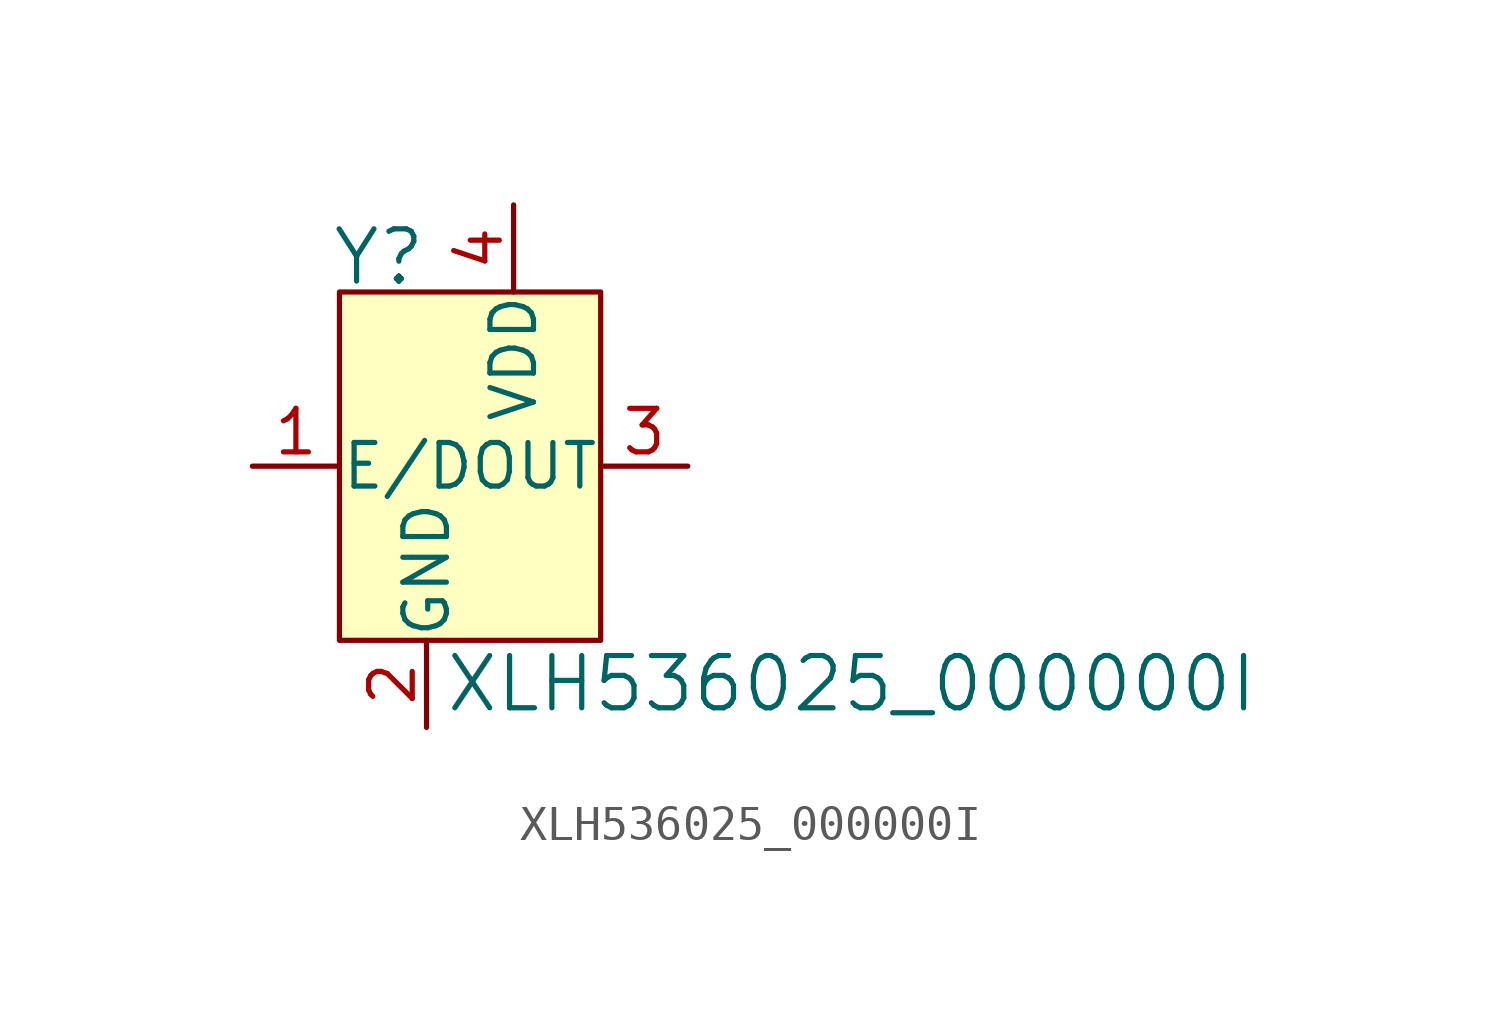
<source format=kicad_sym>
(kicad_symbol_lib
  (version 20201005)
  (generator kicad_symbol_editor)
  (symbol "XLH536025_000000I"
    (pin_names
      (offset 0.025))
    (property "Reference" "Y"
      (at -2.794 3.556 0)
      (effects (font (size 1.524 1.524)) (justify left)))
    (property "Value" "XLH536025_000000I"
      (at 0.508 -8.89 0)
      (effects (font (size 1.524 1.524)) (justify left)))
    (symbol "XLH536025_000000I_0_1"
      (rectangle (start 5.08 2.54) (end -2.54 -7.62) (stroke (width 0)) (fill (type background))))
    (symbol "XLH536025_000000I_1_1"
      (pin input line (at -5.08 -2.54 0) (length 2.54) (name "E/D" (effects (font (size 1.27 1.27)))) (number "1" (effects (font (size 1.27 1.27)))))
      (pin power_in line (at 0 -10.16 90) (length 2.54) (name "GND" (effects (font (size 1.27 1.27)))) (number "2" (effects (font (size 1.27 1.27)))))
      (pin output line (at 7.62 -2.54 180) (length 2.54) (name "OUT" (effects (font (size 1.27 1.27)))) (number "3" (effects (font (size 1.27 1.27)))))
      (pin power_in line (at 2.54 5.08 270) (length 2.54) (name "VDD" (effects (font (size 1.27 1.27)))) (number "4" (effects (font (size 1.27 1.27))))))))
</source>
